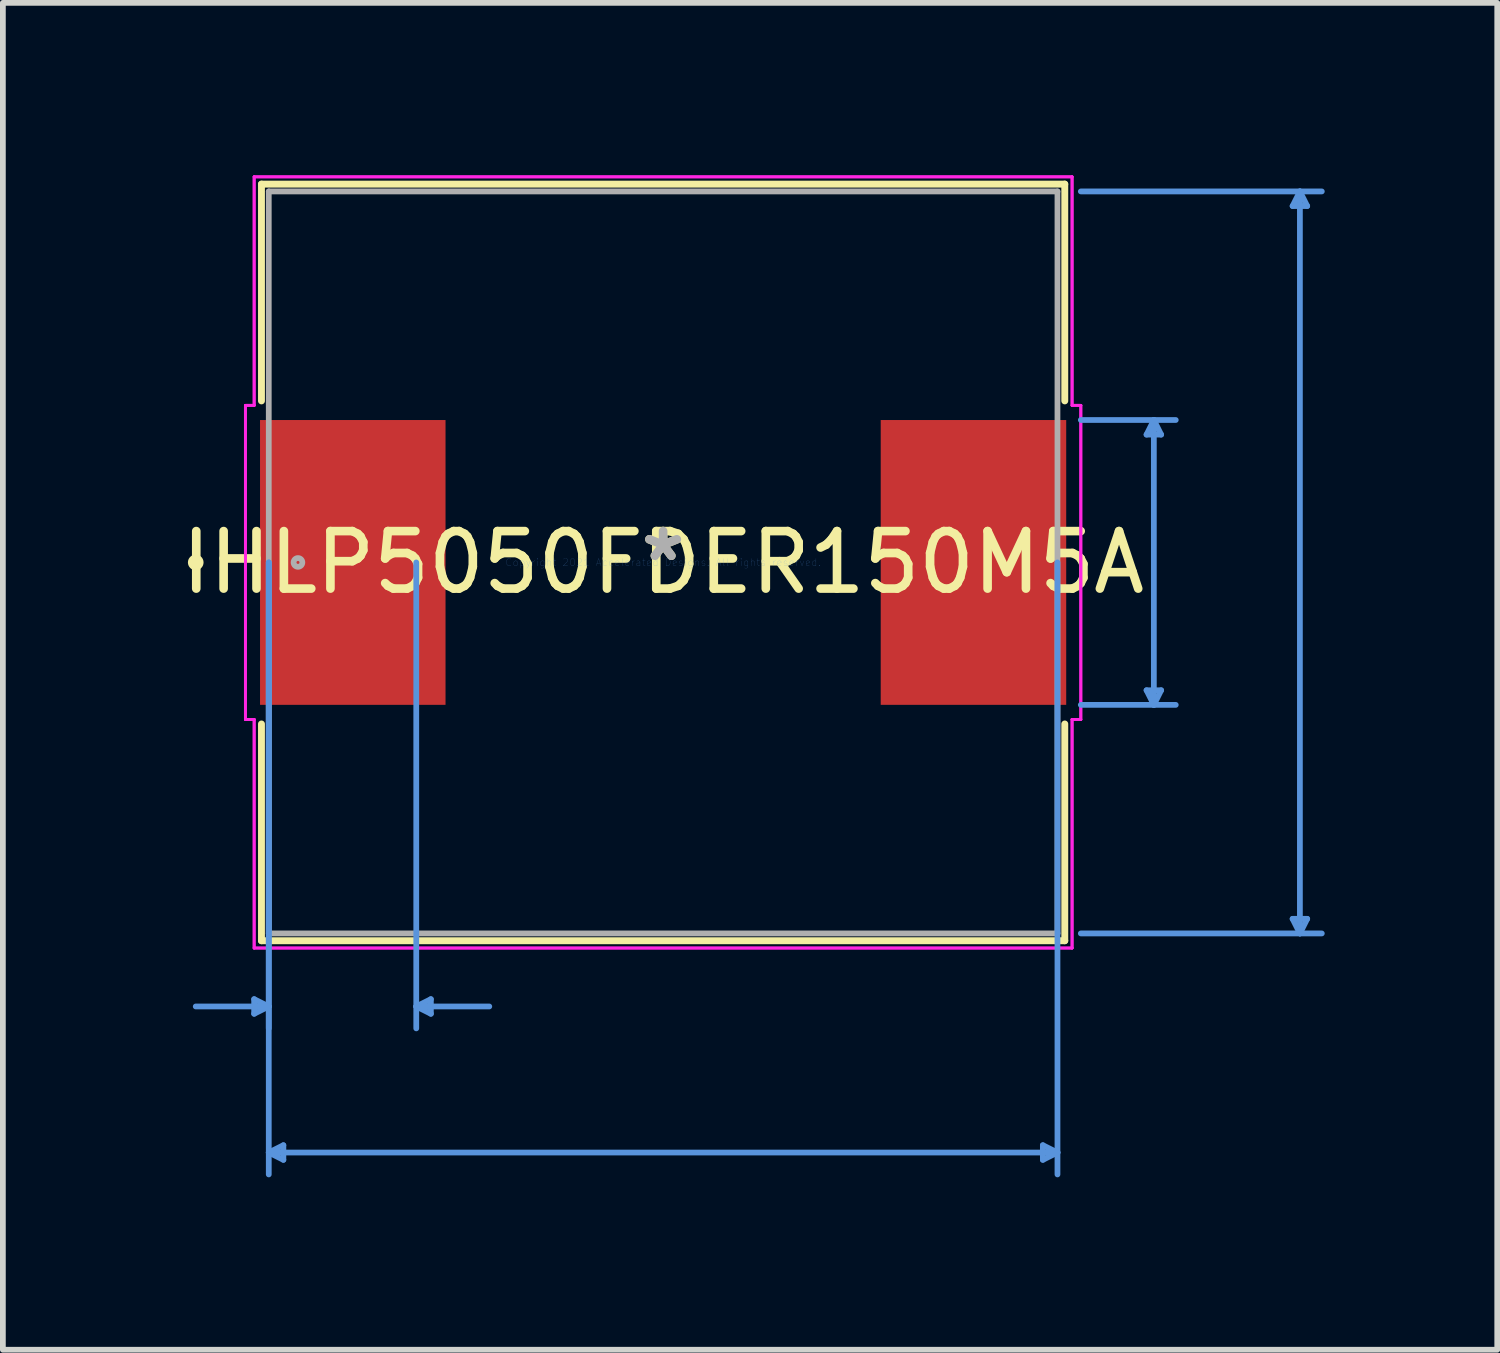
<source format=kicad_pcb>
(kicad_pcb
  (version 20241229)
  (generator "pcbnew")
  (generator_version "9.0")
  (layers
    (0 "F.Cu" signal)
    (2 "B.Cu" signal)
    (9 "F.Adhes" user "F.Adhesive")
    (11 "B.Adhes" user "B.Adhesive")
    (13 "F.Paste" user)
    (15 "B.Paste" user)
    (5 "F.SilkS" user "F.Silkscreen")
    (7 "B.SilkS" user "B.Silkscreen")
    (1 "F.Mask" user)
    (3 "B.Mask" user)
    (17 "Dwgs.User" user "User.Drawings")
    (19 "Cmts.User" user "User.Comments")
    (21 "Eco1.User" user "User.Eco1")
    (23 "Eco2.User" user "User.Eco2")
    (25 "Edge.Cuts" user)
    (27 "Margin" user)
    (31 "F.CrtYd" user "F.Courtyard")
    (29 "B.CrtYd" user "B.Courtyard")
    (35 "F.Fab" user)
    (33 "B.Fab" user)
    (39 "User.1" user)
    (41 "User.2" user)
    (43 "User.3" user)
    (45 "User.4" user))
  (footprint "IHLP5050FDER150M5A"
    (layer "F.Cu")
    (at 8.482 6.731)
    (property "Reference" "IHLP5050FDER150M5A" (at 0 0 0) (layer "F.SilkS") (effects (font (size 1 1) (thickness 0.15))))
    (attr through_hole)
    (fp_line (start -6.985 -6.579) (end -6.985 -2.809) (stroke (width 0.12) (type solid)) (layer "F.SilkS"))
    (fp_line (start -6.985 2.809) (end -6.985 6.579) (stroke (width 0.12) (type solid)) (layer "F.SilkS"))
    (fp_line (start -6.985 6.579) (end 6.985 6.579) (stroke (width 0.12) (type solid)) (layer "F.SilkS"))
    (fp_line (start 6.985 -6.579) (end -6.985 -6.579) (stroke (width 0.12) (type solid)) (layer "F.SilkS"))
    (fp_line (start 6.985 -2.809) (end 6.985 -6.579) (stroke (width 0.12) (type solid)) (layer "F.SilkS"))
    (fp_line (start 6.985 6.579) (end 6.985 2.809) (stroke (width 0.12) (type solid)) (layer "F.SilkS"))
    (fp_circle (center -8.128 0) (end -8.052 0) (stroke (width 0.12) (type solid)) (fill no) (layer "F.SilkS"))
    (fp_line (start -7.112 7.595) (end -7.112 7.849) (stroke (width 0.1) (type solid)) (layer "Cmts.User"))
    (fp_line (start -6.858 0) (end -6.858 8.103) (stroke (width 0.1) (type solid)) (layer "Cmts.User"))
    (fp_line (start -6.858 0) (end -6.858 10.643) (stroke (width 0.1) (type solid)) (layer "Cmts.User"))
    (fp_line (start -6.858 7.722) (end -8.128 7.722) (stroke (width 0.1) (type solid)) (layer "Cmts.User"))
    (fp_line (start -6.858 7.722) (end -7.112 7.595) (stroke (width 0.1) (type solid)) (layer "Cmts.User"))
    (fp_line (start -6.858 7.722) (end -7.112 7.849) (stroke (width 0.1) (type solid)) (layer "Cmts.User"))
    (fp_line (start -6.858 10.262) (end -6.604 10.135) (stroke (width 0.1) (type solid)) (layer "Cmts.User"))
    (fp_line (start -6.858 10.262) (end -6.604 10.389) (stroke (width 0.1) (type solid)) (layer "Cmts.User"))
    (fp_line (start -6.858 10.262) (end 6.858 10.262) (stroke (width 0.1) (type solid)) (layer "Cmts.User"))
    (fp_line (start -6.604 10.135) (end -6.604 10.389) (stroke (width 0.1) (type solid)) (layer "Cmts.User"))
    (fp_line (start -4.293 0) (end -4.293 8.103) (stroke (width 0.1) (type solid)) (layer "Cmts.User"))
    (fp_line (start -4.293 7.722) (end -4.039 7.595) (stroke (width 0.1) (type solid)) (layer "Cmts.User"))
    (fp_line (start -4.293 7.722) (end -4.039 7.849) (stroke (width 0.1) (type solid)) (layer "Cmts.User"))
    (fp_line (start -4.293 7.722) (end -3.023 7.722) (stroke (width 0.1) (type solid)) (layer "Cmts.User"))
    (fp_line (start -4.039 7.595) (end -4.039 7.849) (stroke (width 0.1) (type solid)) (layer "Cmts.User"))
    (fp_line (start 6.604 10.135) (end 6.604 10.389) (stroke (width 0.1) (type solid)) (layer "Cmts.User"))
    (fp_line (start 6.858 0) (end 6.858 10.643) (stroke (width 0.1) (type solid)) (layer "Cmts.User"))
    (fp_line (start 6.858 10.262) (end 6.604 10.135) (stroke (width 0.1) (type solid)) (layer "Cmts.User"))
    (fp_line (start 6.858 10.262) (end 6.604 10.389) (stroke (width 0.1) (type solid)) (layer "Cmts.User"))
    (fp_line (start 7.264 -6.452) (end 11.455 -6.452) (stroke (width 0.1) (type solid)) (layer "Cmts.User"))
    (fp_line (start 7.264 -2.477) (end 8.915 -2.477) (stroke (width 0.1) (type solid)) (layer "Cmts.User"))
    (fp_line (start 7.264 2.477) (end 8.915 2.477) (stroke (width 0.1) (type solid)) (layer "Cmts.User"))
    (fp_line (start 7.264 6.452) (end 11.455 6.452) (stroke (width 0.1) (type solid)) (layer "Cmts.User"))
    (fp_line (start 8.407 -2.223) (end 8.661 -2.223) (stroke (width 0.1) (type solid)) (layer "Cmts.User"))
    (fp_line (start 8.407 2.223) (end 8.661 2.223) (stroke (width 0.1) (type solid)) (layer "Cmts.User"))
    (fp_line (start 8.534 -2.477) (end 8.407 -2.223) (stroke (width 0.1) (type solid)) (layer "Cmts.User"))
    (fp_line (start 8.534 -2.477) (end 8.534 2.477) (stroke (width 0.1) (type solid)) (layer "Cmts.User"))
    (fp_line (start 8.534 -2.477) (end 8.661 -2.223) (stroke (width 0.1) (type solid)) (layer "Cmts.User"))
    (fp_line (start 8.534 2.477) (end 8.407 2.223) (stroke (width 0.1) (type solid)) (layer "Cmts.User"))
    (fp_line (start 8.534 2.477) (end 8.661 2.223) (stroke (width 0.1) (type solid)) (layer "Cmts.User"))
    (fp_line (start 10.947 -6.198) (end 11.201 -6.198) (stroke (width 0.1) (type solid)) (layer "Cmts.User"))
    (fp_line (start 10.947 6.198) (end 11.201 6.198) (stroke (width 0.1) (type solid)) (layer "Cmts.User"))
    (fp_line (start 11.074 -6.452) (end 10.947 -6.198) (stroke (width 0.1) (type solid)) (layer "Cmts.User"))
    (fp_line (start 11.074 -6.452) (end 11.074 6.452) (stroke (width 0.1) (type solid)) (layer "Cmts.User"))
    (fp_line (start 11.074 -6.452) (end 11.201 -6.198) (stroke (width 0.1) (type solid)) (layer "Cmts.User"))
    (fp_line (start 11.074 6.452) (end 10.947 6.198) (stroke (width 0.1) (type solid)) (layer "Cmts.User"))
    (fp_line (start 11.074 6.452) (end 11.201 6.198) (stroke (width 0.1) (type solid)) (layer "Cmts.User"))
    (fp_line (start -7.264 -2.731) (end -7.112 -2.731) (stroke (width 0.05) (type solid)) (layer "F.CrtYd"))
    (fp_line (start -7.264 -2.731) (end -7.112 -2.731) (stroke (width 0.05) (type solid)) (layer "F.CrtYd"))
    (fp_line (start -7.264 2.731) (end -7.264 -2.731) (stroke (width 0.05) (type solid)) (layer "F.CrtYd"))
    (fp_line (start -7.264 2.731) (end -7.264 -2.731) (stroke (width 0.05) (type solid)) (layer "F.CrtYd"))
    (fp_line (start -7.112 -6.706) (end 7.112 -6.706) (stroke (width 0.05) (type solid)) (layer "F.CrtYd"))
    (fp_line (start -7.112 -6.706) (end 7.112 -6.706) (stroke (width 0.05) (type solid)) (layer "F.CrtYd"))
    (fp_line (start -7.112 -2.731) (end -7.112 -6.706) (stroke (width 0.05) (type solid)) (layer "F.CrtYd"))
    (fp_line (start -7.112 -2.731) (end -7.112 -6.706) (stroke (width 0.05) (type solid)) (layer "F.CrtYd"))
    (fp_line (start -7.112 2.731) (end -7.264 2.731) (stroke (width 0.05) (type solid)) (layer "F.CrtYd"))
    (fp_line (start -7.112 2.731) (end -7.264 2.731) (stroke (width 0.05) (type solid)) (layer "F.CrtYd"))
    (fp_line (start -7.112 6.706) (end -7.112 2.731) (stroke (width 0.05) (type solid)) (layer "F.CrtYd"))
    (fp_line (start -7.112 6.706) (end -7.112 2.731) (stroke (width 0.05) (type solid)) (layer "F.CrtYd"))
    (fp_line (start 7.112 -6.706) (end 7.112 -2.731) (stroke (width 0.05) (type solid)) (layer "F.CrtYd"))
    (fp_line (start 7.112 -6.706) (end 7.112 -2.731) (stroke (width 0.05) (type solid)) (layer "F.CrtYd"))
    (fp_line (start 7.112 -2.731) (end 7.264 -2.731) (stroke (width 0.05) (type solid)) (layer "F.CrtYd"))
    (fp_line (start 7.112 -2.731) (end 7.264 -2.731) (stroke (width 0.05) (type solid)) (layer "F.CrtYd"))
    (fp_line (start 7.112 2.731) (end 7.112 6.706) (stroke (width 0.05) (type solid)) (layer "F.CrtYd"))
    (fp_line (start 7.112 2.731) (end 7.112 6.706) (stroke (width 0.05) (type solid)) (layer "F.CrtYd"))
    (fp_line (start 7.112 6.706) (end -7.112 6.706) (stroke (width 0.05) (type solid)) (layer "F.CrtYd"))
    (fp_line (start 7.112 6.706) (end -7.112 6.706) (stroke (width 0.05) (type solid)) (layer "F.CrtYd"))
    (fp_line (start 7.264 -2.731) (end 7.264 2.731) (stroke (width 0.05) (type solid)) (layer "F.CrtYd"))
    (fp_line (start 7.264 -2.731) (end 7.264 2.731) (stroke (width 0.05) (type solid)) (layer "F.CrtYd"))
    (fp_line (start 7.264 2.731) (end 7.112 2.731) (stroke (width 0.05) (type solid)) (layer "F.CrtYd"))
    (fp_line (start 7.264 2.731) (end 7.112 2.731) (stroke (width 0.05) (type solid)) (layer "F.CrtYd"))
    (fp_line (start -6.858 -6.452) (end -6.858 6.452) (stroke (width 0.1) (type solid)) (layer "F.Fab"))
    (fp_line (start -6.858 6.452) (end 6.858 6.452) (stroke (width 0.1) (type solid)) (layer "F.Fab"))
    (fp_line (start 6.858 -6.452) (end -6.858 -6.452) (stroke (width 0.1) (type solid)) (layer "F.Fab"))
    (fp_line (start 6.858 6.452) (end 6.858 -6.452) (stroke (width 0.1) (type solid)) (layer "F.Fab"))
    (fp_circle (center -6.35 0) (end -6.274 0) (stroke (width 0.1) (type solid)) (fill no) (layer "F.Fab"))
    (fp_text user "*" (at 0 0 0) (layer "F.SilkS") (effects (font (size 1 1) (thickness 0.15))))
    (fp_text user "Copyright 2021 Accelerated Designs. All rights reserved." (at 0 0 0) (layer "Cmts.User") (effects (font (size 0.127 0.127) (thickness 0.002))))
    (fp_text user "*" (at 0 0 0) (layer "F.Fab") (effects (font (size 1 1) (thickness 0.15))))
    (pad "1" smd rect (at -5.397 0 90) (size 4.953 3.226) (layers "F.Cu" "F.Mask" "F.Paste"))
    (pad "2" smd rect (at 5.397 0 90) (size 4.953 3.226) (layers "F.Cu" "F.Mask" "F.Paste")))
  (gr_rect
    (start -3 -3)
    (end 22.988 20.423)
    (stroke (width 0.1) (type default))
    (fill no)
    (layer "Edge.Cuts")))
</source>
